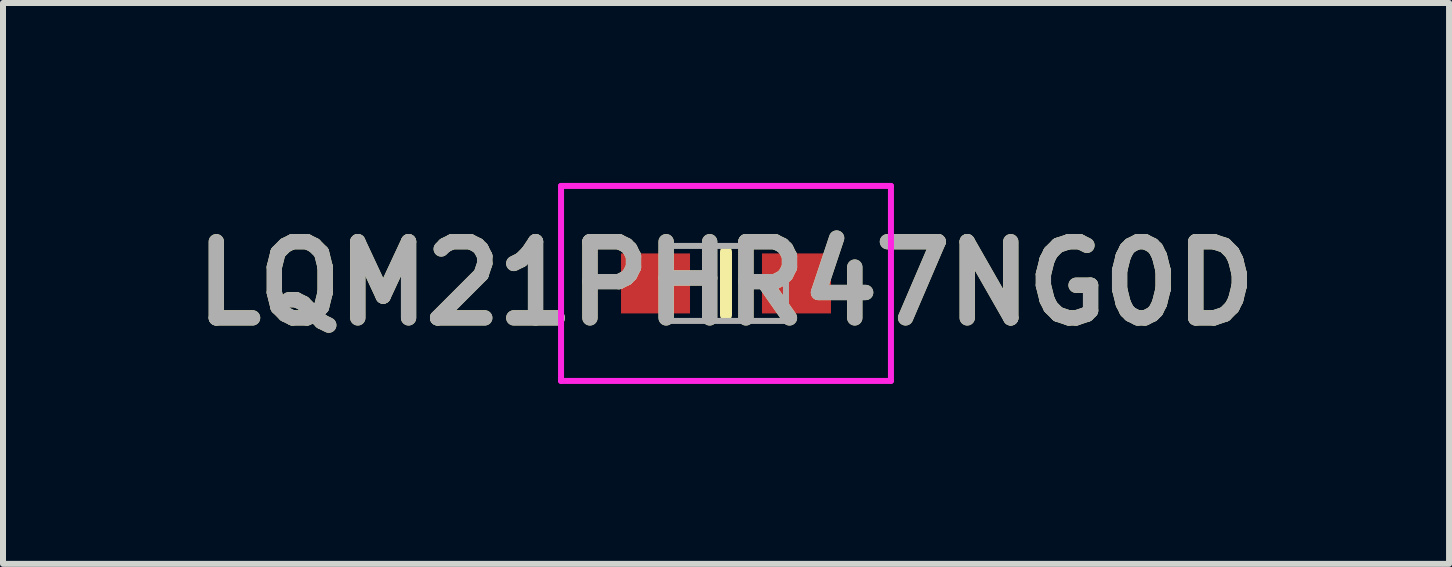
<source format=kicad_pcb>
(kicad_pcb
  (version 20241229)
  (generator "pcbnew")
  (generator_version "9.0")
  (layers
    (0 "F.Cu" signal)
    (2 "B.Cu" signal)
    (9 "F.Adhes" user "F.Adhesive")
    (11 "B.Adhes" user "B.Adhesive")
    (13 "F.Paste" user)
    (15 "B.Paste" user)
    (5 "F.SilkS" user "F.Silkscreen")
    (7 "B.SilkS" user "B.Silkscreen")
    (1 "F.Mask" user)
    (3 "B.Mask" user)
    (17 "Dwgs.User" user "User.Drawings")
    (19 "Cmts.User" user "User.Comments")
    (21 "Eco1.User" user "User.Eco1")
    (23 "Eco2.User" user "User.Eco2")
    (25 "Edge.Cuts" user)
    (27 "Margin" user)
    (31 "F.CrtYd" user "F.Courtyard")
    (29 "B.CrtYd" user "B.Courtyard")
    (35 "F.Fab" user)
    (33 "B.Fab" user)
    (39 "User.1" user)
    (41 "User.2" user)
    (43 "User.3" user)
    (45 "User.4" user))
  (footprint "LQM21PHR47NG0D"
    (layer "F.Cu")
    (at 9.053 1.675)
    (property "Reference" "LQM21PHR47NG0D" (at 0 0 0) (layer "F.SilkS") (effects (font (size 1.27 1.27) (thickness 0.254))))
    (attr smd)
    (fp_line (start 0 -0.525) (end 0 0.525) (stroke (width 0.2) (type solid)) (layer "F.SilkS"))
    (fp_line (start -2.75 -1.625) (end 2.75 -1.625) (stroke (width 0.1) (type solid)) (layer "F.CrtYd"))
    (fp_line (start -2.75 1.625) (end -2.75 -1.625) (stroke (width 0.1) (type solid)) (layer "F.CrtYd"))
    (fp_line (start 2.75 -1.625) (end 2.75 1.625) (stroke (width 0.1) (type solid)) (layer "F.CrtYd"))
    (fp_line (start 2.75 1.625) (end -2.75 1.625) (stroke (width 0.1) (type solid)) (layer "F.CrtYd"))
    (fp_line (start -1 -0.625) (end 1 -0.625) (stroke (width 0.1) (type solid)) (layer "F.Fab"))
    (fp_line (start -1 0.625) (end -1 -0.625) (stroke (width 0.1) (type solid)) (layer "F.Fab"))
    (fp_line (start 1 -0.625) (end 1 0.625) (stroke (width 0.1) (type solid)) (layer "F.Fab"))
    (fp_line (start 1 0.625) (end -1 0.625) (stroke (width 0.1) (type solid)) (layer "F.Fab"))
    (fp_text user "${REFERENCE}" (at 0 0 0) (layer "F.Fab") (effects (font (size 1.27 1.27) (thickness 0.254))))
    (pad "1" smd rect (at -1.175 0 90) (size 1 1.15) (layers "F.Cu" "F.Mask" "F.Paste"))
    (pad "2" smd rect (at 1.175 0 90) (size 1 1.15) (layers "F.Cu" "F.Mask" "F.Paste")))
  (gr_rect
    (start -3 -3)
    (end 21.107 6.35)
    (stroke (width 0.1) (type default))
    (fill no)
    (layer "Edge.Cuts")))
</source>
